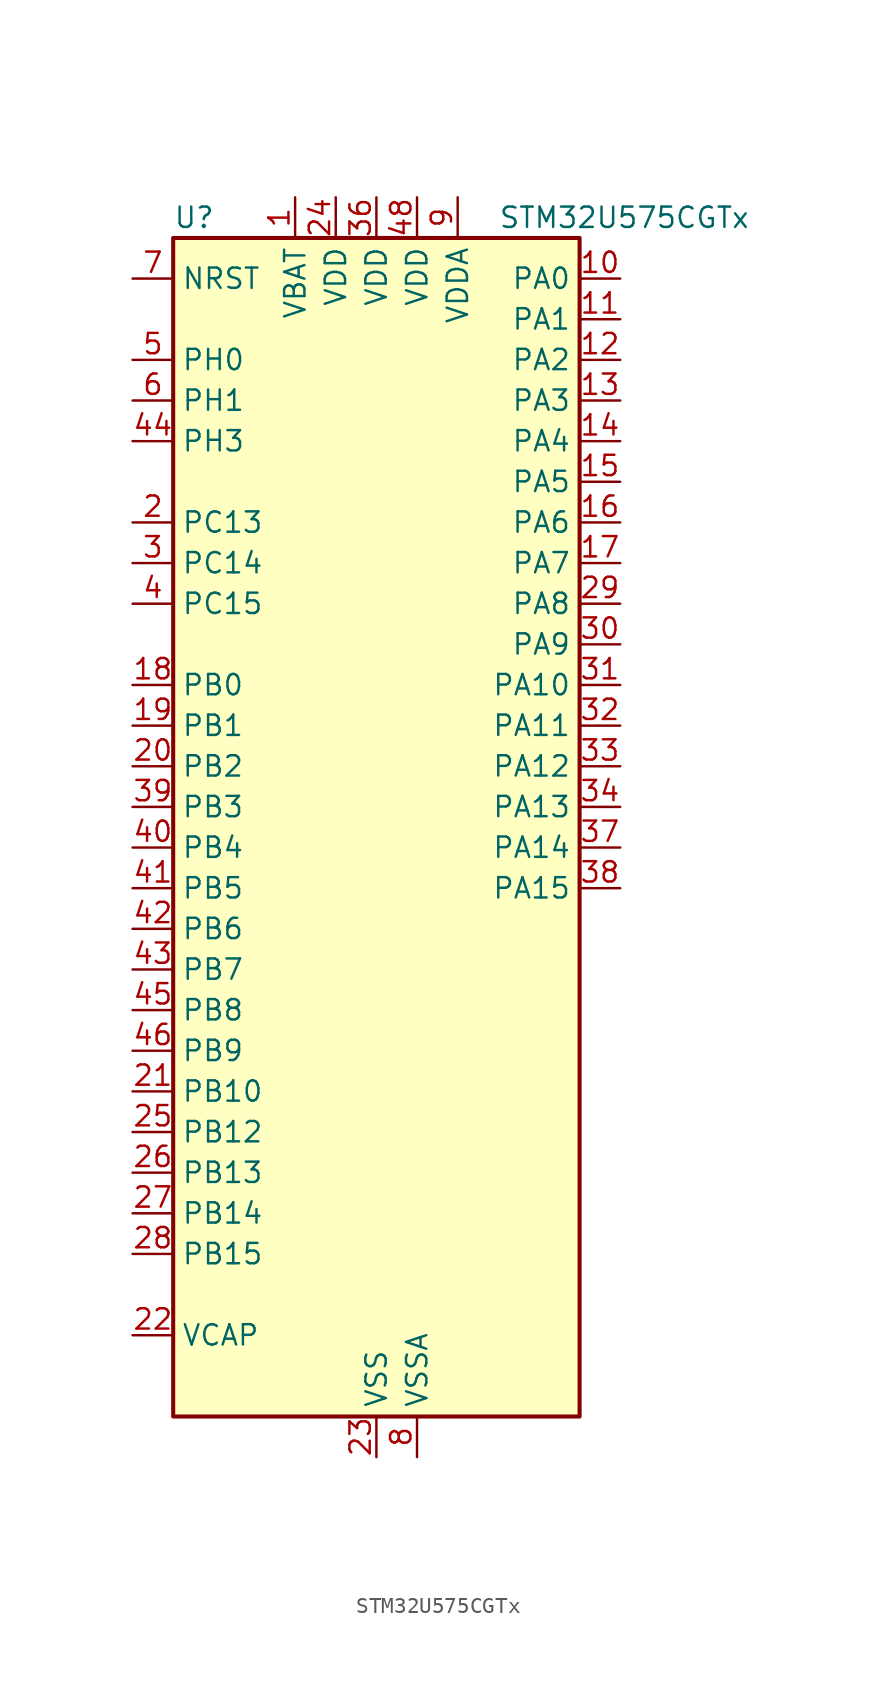
<source format=kicad_sym>
(kicad_symbol_lib
  (version 20211014)
  (generator kicad-library-utils)
  (symbol "STM32U575CGTx"
    (property "Reference" "U"
      (at -12.7 39.37 0)
      (effects (font (size 1.27 1.27)) (justify left)))
    (property "Value" "STM32U575CGTx"
      (at 7.62 39.37 0)
      (effects (font (size 1.27 1.27)) (justify left)))
    (property "ki_fp_filters" "LQFP*7x7mm*P0.5mm*"
      (at 0.0 0.0 0.0)
      (effects (font (size 1.27 1.27))))
    (symbol "STM32U575CGTx_0_1"
      (rectangle (start -12.7 -35.56) (end 12.7 38.1) (stroke (width 0.254)) (fill (type background))))
    (symbol "STM32U575CGTx_1_1"
      (pin input line (at -15.24 35.56 0) (length 2.54) (name "NRST" (effects (font (size 1.27 1.27)))) (number "7" (effects (font (size 1.27 1.27)))))
      (pin bidirectional line (at -15.24 30.48 0) (length 2.54) (name "PH0" (effects (font (size 1.27 1.27)))) (number "5" (effects (font (size 1.27 1.27)))) (alternate "RCC_OSC_IN" bidirectional line))
      (pin bidirectional line (at -15.24 27.94 0) (length 2.54) (name "PH1" (effects (font (size 1.27 1.27)))) (number "6" (effects (font (size 1.27 1.27)))) (alternate "RCC_OSC_OUT" bidirectional line))
      (pin bidirectional line (at -15.24 25.4 0) (length 2.54) (name "PH3" (effects (font (size 1.27 1.27)))) (number "44" (effects (font (size 1.27 1.27)))))
      (pin bidirectional line (at -15.24 20.32 0) (length 2.54) (name "PC13" (effects (font (size 1.27 1.27)))) (number "2" (effects (font (size 1.27 1.27)))) (alternate "PWR_WKUP2" bidirectional line) (alternate "RTC_OUT1" bidirectional line) (alternate "RTC_TS" bidirectional line) (alternate "TAMP_IN1" bidirectional line) (alternate "TAMP_OUT2" bidirectional line))
      (pin bidirectional line (at -15.24 17.78 0) (length 2.54) (name "PC14" (effects (font (size 1.27 1.27)))) (number "3" (effects (font (size 1.27 1.27)))) (alternate "RCC_OSC32_IN" bidirectional line))
      (pin bidirectional line (at -15.24 15.24 0) (length 2.54) (name "PC15" (effects (font (size 1.27 1.27)))) (number "4" (effects (font (size 1.27 1.27)))) (alternate "ADC1_EXTI15" bidirectional line) (alternate "ADC4_EXTI15" bidirectional line) (alternate "RCC_OSC32_OUT" bidirectional line))
      (pin bidirectional line (at -15.24 10.16 0) (length 2.54) (name "PB0" (effects (font (size 1.27 1.27)))) (number "18" (effects (font (size 1.27 1.27)))) (alternate "ADC1_IN15" bidirectional line) (alternate "ADC4_IN18" bidirectional line) (alternate "AUDIOCLK" bidirectional line) (alternate "COMP1_OUT" bidirectional line) (alternate "LPTIM3_CH1" bidirectional line) (alternate "OCTOSPIM_P1_IO1" bidirectional line) (alternate "OPAMP2_VOUT" bidirectional line) (alternate "SPI1_NSS" bidirectional line) (alternate "TIM1_CH2N" bidirectional line) (alternate "TIM3_CH3" bidirectional line) (alternate "TIM8_CH2N" bidirectional line) (alternate "USART3_CK" bidirectional line))
      (pin bidirectional line (at -15.24 7.62 0) (length 2.54) (name "PB1" (effects (font (size 1.27 1.27)))) (number "19" (effects (font (size 1.27 1.27)))) (alternate "ADC1_IN16" bidirectional line) (alternate "ADC4_IN19" bidirectional line) (alternate "COMP1_INM" bidirectional line) (alternate "LPTIM2_IN1" bidirectional line) (alternate "LPTIM3_CH2" bidirectional line) (alternate "LPUART1_DE" bidirectional line) (alternate "LPUART1_RTS" bidirectional line) (alternate "MDF1_SDI0" bidirectional line) (alternate "OCTOSPIM_P1_IO0" bidirectional line) (alternate "PWR_WKUP4" bidirectional line) (alternate "TIM1_CH3N" bidirectional line) (alternate "TIM3_CH4" bidirectional line) (alternate "TIM8_CH3N" bidirectional line) (alternate "USART3_DE" bidirectional line) (alternate "USART3_RTS" bidirectional line))
      (pin bidirectional line (at -15.24 5.08 0) (length 2.54) (name "PB2" (effects (font (size 1.27 1.27)))) (number "20" (effects (font (size 1.27 1.27)))) (alternate "ADC1_IN17" bidirectional line) (alternate "COMP1_INP" bidirectional line) (alternate "I2C3_SMBA" bidirectional line) (alternate "LPTIM1_CH1" bidirectional line) (alternate "MDF1_CKI0" bidirectional line) (alternate "OCTOSPIM_P1_DQS" bidirectional line) (alternate "PWR_WKUP1" bidirectional line) (alternate "RTC_OUT2" bidirectional line) (alternate "SPI1_RDY" bidirectional line) (alternate "TIM8_CH4N" bidirectional line) (alternate "UCPD1_FRSTX1" bidirectional line))
      (pin bidirectional line (at -15.24 2.54 0) (length 2.54) (name "PB3" (effects (font (size 1.27 1.27)))) (number "39" (effects (font (size 1.27 1.27)))) (alternate "ADF1_CCK0" bidirectional line) (alternate "COMP2_INM" bidirectional line) (alternate "CRS_SYNC" bidirectional line) (alternate "DEBUG_JTDO-SWO" bidirectional line) (alternate "I2C1_SDA" bidirectional line) (alternate "LPTIM1_CH1" bidirectional line) (alternate "SAI1_SCK_B" bidirectional line) (alternate "SPI1_SCK" bidirectional line) (alternate "SPI3_SCK" bidirectional line) (alternate "TIM2_CH2" bidirectional line) (alternate "USART1_DE" bidirectional line) (alternate "USART1_RTS" bidirectional line))
      (pin bidirectional line (at -15.24 0.0 0) (length 2.54) (name "PB4" (effects (font (size 1.27 1.27)))) (number "40" (effects (font (size 1.27 1.27)))) (alternate "ADF1_SDI0" bidirectional line) (alternate "COMP2_INP" bidirectional line) (alternate "DEBUG_JTRST" bidirectional line) (alternate "I2C3_SDA" bidirectional line) (alternate "LPTIM1_CH2" bidirectional line) (alternate "SAI1_MCLK_B" bidirectional line) (alternate "SPI1_MISO" bidirectional line) (alternate "SPI3_MISO" bidirectional line) (alternate "TIM17_BKIN" bidirectional line) (alternate "TIM3_CH1" bidirectional line) (alternate "TSC_G2_IO1" bidirectional line) (alternate "USART1_CTS" bidirectional line))
      (pin bidirectional line (at -15.24 -2.54 0) (length 2.54) (name "PB5" (effects (font (size 1.27 1.27)))) (number "41" (effects (font (size 1.27 1.27)))) (alternate "COMP2_OUT" bidirectional line) (alternate "I2C1_SMBA" bidirectional line) (alternate "LPTIM1_IN1" bidirectional line) (alternate "OCTOSPIM_P1_NCLK" bidirectional line) (alternate "PWR_WKUP6" bidirectional line) (alternate "SAI1_SD_B" bidirectional line) (alternate "SPI1_MOSI" bidirectional line) (alternate "SPI3_MOSI" bidirectional line) (alternate "TIM16_BKIN" bidirectional line) (alternate "TIM3_CH2" bidirectional line) (alternate "TSC_G2_IO2" bidirectional line) (alternate "UCPD1_DBCC1" bidirectional line) (alternate "USART1_CK" bidirectional line))
      (pin bidirectional line (at -15.24 -5.08 0) (length 2.54) (name "PB6" (effects (font (size 1.27 1.27)))) (number "42" (effects (font (size 1.27 1.27)))) (alternate "COMP2_INP" bidirectional line) (alternate "I2C1_SCL" bidirectional line) (alternate "I2C4_SCL" bidirectional line) (alternate "LPTIM1_ETR" bidirectional line) (alternate "MDF1_SDI5" bidirectional line) (alternate "PWR_WKUP3" bidirectional line) (alternate "SAI1_FS_B" bidirectional line) (alternate "TIM16_CH1N" bidirectional line) (alternate "TIM4_CH1" bidirectional line) (alternate "TIM8_BKIN2" bidirectional line) (alternate "TSC_G2_IO3" bidirectional line) (alternate "USART1_TX" bidirectional line))
      (pin bidirectional line (at -15.24 -7.62 0) (length 2.54) (name "PB7" (effects (font (size 1.27 1.27)))) (number "43" (effects (font (size 1.27 1.27)))) (alternate "COMP2_INM" bidirectional line) (alternate "I2C1_SDA" bidirectional line) (alternate "I2C4_SDA" bidirectional line) (alternate "LPTIM1_IN2" bidirectional line) (alternate "MDF1_CKI5" bidirectional line) (alternate "PWR_PVD_IN" bidirectional line) (alternate "PWR_WKUP4" bidirectional line) (alternate "TIM17_CH1N" bidirectional line) (alternate "TIM4_CH2" bidirectional line) (alternate "TIM8_BKIN" bidirectional line) (alternate "TSC_G2_IO4" bidirectional line) (alternate "UART4_CTS" bidirectional line) (alternate "USART1_RX" bidirectional line))
      (pin bidirectional line (at -15.24 -10.16 0) (length 2.54) (name "PB8" (effects (font (size 1.27 1.27)))) (number "45" (effects (font (size 1.27 1.27)))) (alternate "FDCAN1_RX" bidirectional line) (alternate "I2C1_SCL" bidirectional line) (alternate "MDF1_CCK0" bidirectional line) (alternate "PWR_WKUP5" bidirectional line) (alternate "SAI1_CK1" bidirectional line) (alternate "SAI1_MCLK_A" bidirectional line) (alternate "SPI3_RDY" bidirectional line) (alternate "TIM16_CH1" bidirectional line) (alternate "TIM4_CH3" bidirectional line))
      (pin bidirectional line (at -15.24 -12.7 0) (length 2.54) (name "PB9" (effects (font (size 1.27 1.27)))) (number "46" (effects (font (size 1.27 1.27)))) (alternate "DAC1_EXTI9" bidirectional line) (alternate "FDCAN1_TX" bidirectional line) (alternate "I2C1_SDA" bidirectional line) (alternate "IR_OUT" bidirectional line) (alternate "SAI1_D2" bidirectional line) (alternate "SAI1_FS_A" bidirectional line) (alternate "SPI2_NSS" bidirectional line) (alternate "TIM17_CH1" bidirectional line) (alternate "TIM4_CH4" bidirectional line))
      (pin bidirectional line (at -15.24 -15.24 0) (length 2.54) (name "PB10" (effects (font (size 1.27 1.27)))) (number "21" (effects (font (size 1.27 1.27)))) (alternate "COMP1_OUT" bidirectional line) (alternate "I2C2_SCL" bidirectional line) (alternate "I2C4_SCL" bidirectional line) (alternate "LPTIM3_CH1" bidirectional line) (alternate "LPUART1_RX" bidirectional line) (alternate "OCTOSPIM_P1_CLK" bidirectional line) (alternate "PWR_WKUP8" bidirectional line) (alternate "SAI1_SCK_A" bidirectional line) (alternate "SPI2_SCK" bidirectional line) (alternate "TIM2_CH3" bidirectional line) (alternate "TSC_SYNC" bidirectional line) (alternate "USART3_TX" bidirectional line))
      (pin bidirectional line (at -15.24 -17.78 0) (length 2.54) (name "PB12" (effects (font (size 1.27 1.27)))) (number "25" (effects (font (size 1.27 1.27)))) (alternate "I2C2_SMBA" bidirectional line) (alternate "LPUART1_DE" bidirectional line) (alternate "LPUART1_RTS" bidirectional line) (alternate "MDF1_SDI1" bidirectional line) (alternate "OCTOSPIM_P1_NCLK" bidirectional line) (alternate "SPI2_NSS" bidirectional line) (alternate "TIM15_BKIN" bidirectional line) (alternate "TIM1_BKIN" bidirectional line) (alternate "TSC_G1_IO1" bidirectional line) (alternate "USART3_CK" bidirectional line))
      (pin bidirectional line (at -15.24 -20.32 0) (length 2.54) (name "PB13" (effects (font (size 1.27 1.27)))) (number "26" (effects (font (size 1.27 1.27)))) (alternate "I2C2_SCL" bidirectional line) (alternate "LPTIM3_IN1" bidirectional line) (alternate "LPUART1_CTS" bidirectional line) (alternate "MDF1_CKI1" bidirectional line) (alternate "SPI2_SCK" bidirectional line) (alternate "TIM15_CH1N" bidirectional line) (alternate "TIM1_CH1N" bidirectional line) (alternate "TSC_G1_IO2" bidirectional line) (alternate "USART3_CTS" bidirectional line))
      (pin bidirectional line (at -15.24 -22.86 0) (length 2.54) (name "PB14" (effects (font (size 1.27 1.27)))) (number "27" (effects (font (size 1.27 1.27)))) (alternate "I2C2_SDA" bidirectional line) (alternate "LPTIM3_ETR" bidirectional line) (alternate "MDF1_SDI2" bidirectional line) (alternate "SPI2_MISO" bidirectional line) (alternate "TIM15_CH1" bidirectional line) (alternate "TIM1_CH2N" bidirectional line) (alternate "TIM8_CH2N" bidirectional line) (alternate "TSC_G1_IO3" bidirectional line) (alternate "UCPD1_DBCC2" bidirectional line) (alternate "USART3_DE" bidirectional line) (alternate "USART3_RTS" bidirectional line))
      (pin bidirectional line (at -15.24 -25.4 0) (length 2.54) (name "PB15" (effects (font (size 1.27 1.27)))) (number "28" (effects (font (size 1.27 1.27)))) (alternate "ADC1_EXTI15" bidirectional line) (alternate "ADC4_EXTI15" bidirectional line) (alternate "LPTIM2_IN2" bidirectional line) (alternate "MDF1_CKI2" bidirectional line) (alternate "PWR_WKUP7" bidirectional line) (alternate "RTC_REFIN" bidirectional line) (alternate "SPI2_MOSI" bidirectional line) (alternate "TIM15_CH2" bidirectional line) (alternate "TIM1_CH3N" bidirectional line) (alternate "TIM8_CH3N" bidirectional line) (alternate "UCPD1_CC2" bidirectional line))
      (pin power_out line (at -15.24 -30.48 0) (length 2.54) (name "VCAP" (effects (font (size 1.27 1.27)))) (number "22" (effects (font (size 1.27 1.27)))))
      (pin bidirectional line (at 15.24 35.56 180) (length 2.54) (name "PA0" (effects (font (size 1.27 1.27)))) (number "10" (effects (font (size 1.27 1.27)))) (alternate "ADC1_IN5" bidirectional line) (alternate "AUDIOCLK" bidirectional line) (alternate "OCTOSPIM_P2_NCS" bidirectional line) (alternate "OPAMP1_VINP" bidirectional line) (alternate "PWR_WKUP1" bidirectional line) (alternate "SPI3_RDY" bidirectional line) (alternate "TAMP_IN2" bidirectional line) (alternate "TAMP_OUT1" bidirectional line) (alternate "TIM2_CH1" bidirectional line) (alternate "TIM2_ETR" bidirectional line) (alternate "TIM5_CH1" bidirectional line) (alternate "TIM8_ETR" bidirectional line) (alternate "UART4_TX" bidirectional line) (alternate "USART2_CTS" bidirectional line))
      (pin bidirectional line (at 15.24 33.02 180) (length 2.54) (name "PA1" (effects (font (size 1.27 1.27)))) (number "11" (effects (font (size 1.27 1.27)))) (alternate "ADC1_IN6" bidirectional line) (alternate "I2C1_SMBA" bidirectional line) (alternate "LPTIM1_CH2" bidirectional line) (alternate "OCTOSPIM_P1_DQS" bidirectional line) (alternate "OPAMP1_VINM" bidirectional line) (alternate "PWR_WKUP3" bidirectional line) (alternate "SPI1_SCK" bidirectional line) (alternate "TAMP_IN5" bidirectional line) (alternate "TAMP_OUT4" bidirectional line) (alternate "TIM15_CH1N" bidirectional line) (alternate "TIM2_CH2" bidirectional line) (alternate "TIM5_CH2" bidirectional line) (alternate "UART4_RX" bidirectional line) (alternate "USART2_DE" bidirectional line) (alternate "USART2_RTS" bidirectional line))
      (pin bidirectional line (at 15.24 30.48 180) (length 2.54) (name "PA2" (effects (font (size 1.27 1.27)))) (number "12" (effects (font (size 1.27 1.27)))) (alternate "ADC1_IN7" bidirectional line) (alternate "COMP1_INP" bidirectional line) (alternate "LPUART1_TX" bidirectional line) (alternate "OCTOSPIM_P1_NCS" bidirectional line) (alternate "PWR_WKUP4" bidirectional line) (alternate "RCC_LSCO" bidirectional line) (alternate "SPI1_RDY" bidirectional line) (alternate "TIM15_CH1" bidirectional line) (alternate "TIM2_CH3" bidirectional line) (alternate "TIM5_CH3" bidirectional line) (alternate "UCPD1_FRSTX1" bidirectional line) (alternate "USART2_TX" bidirectional line))
      (pin bidirectional line (at 15.24 27.94 180) (length 2.54) (name "PA3" (effects (font (size 1.27 1.27)))) (number "13" (effects (font (size 1.27 1.27)))) (alternate "ADC1_IN8" bidirectional line) (alternate "LPUART1_RX" bidirectional line) (alternate "OCTOSPIM_P1_CLK" bidirectional line) (alternate "OPAMP1_VOUT" bidirectional line) (alternate "PWR_WKUP5" bidirectional line) (alternate "SAI1_CK1" bidirectional line) (alternate "SAI1_MCLK_A" bidirectional line) (alternate "TIM15_CH2" bidirectional line) (alternate "TIM2_CH4" bidirectional line) (alternate "TIM5_CH4" bidirectional line) (alternate "USART2_RX" bidirectional line))
      (pin bidirectional line (at 15.24 25.4 180) (length 2.54) (name "PA4" (effects (font (size 1.27 1.27)))) (number "14" (effects (font (size 1.27 1.27)))) (alternate "ADC1_IN9" bidirectional line) (alternate "ADC4_IN9" bidirectional line) (alternate "DAC1_OUT1" bidirectional line) (alternate "LPTIM2_CH1" bidirectional line) (alternate "OCTOSPIM_P1_NCS" bidirectional line) (alternate "PWR_WKUP2" bidirectional line) (alternate "SAI1_FS_B" bidirectional line) (alternate "SPI1_NSS" bidirectional line) (alternate "SPI3_NSS" bidirectional line) (alternate "USART2_CK" bidirectional line))
      (pin bidirectional line (at 15.24 22.86 180) (length 2.54) (name "PA5" (effects (font (size 1.27 1.27)))) (number "15" (effects (font (size 1.27 1.27)))) (alternate "ADC1_IN10" bidirectional line) (alternate "ADC4_IN10" bidirectional line) (alternate "DAC1_OUT2" bidirectional line) (alternate "LPTIM2_ETR" bidirectional line) (alternate "PWR_CSLEEP" bidirectional line) (alternate "PWR_WKUP6" bidirectional line) (alternate "SPI1_SCK" bidirectional line) (alternate "TIM2_CH1" bidirectional line) (alternate "TIM2_ETR" bidirectional line) (alternate "TIM8_CH1N" bidirectional line) (alternate "USART3_RX" bidirectional line))
      (pin bidirectional line (at 15.24 20.32 180) (length 2.54) (name "PA6" (effects (font (size 1.27 1.27)))) (number "16" (effects (font (size 1.27 1.27)))) (alternate "ADC1_IN11" bidirectional line) (alternate "ADC4_IN11" bidirectional line) (alternate "LPUART1_CTS" bidirectional line) (alternate "OCTOSPIM_P1_IO3" bidirectional line) (alternate "OPAMP2_VINP" bidirectional line) (alternate "PWR_CDSTOP" bidirectional line) (alternate "PWR_WKUP7" bidirectional line) (alternate "SPI1_MISO" bidirectional line) (alternate "TIM16_CH1" bidirectional line) (alternate "TIM1_BKIN" bidirectional line) (alternate "TIM3_CH1" bidirectional line) (alternate "TIM8_BKIN" bidirectional line) (alternate "USART3_CTS" bidirectional line))
      (pin bidirectional line (at 15.24 17.78 180) (length 2.54) (name "PA7" (effects (font (size 1.27 1.27)))) (number "17" (effects (font (size 1.27 1.27)))) (alternate "ADC1_IN12" bidirectional line) (alternate "ADC4_IN20" bidirectional line) (alternate "I2C3_SCL" bidirectional line) (alternate "LPTIM2_CH2" bidirectional line) (alternate "OCTOSPIM_P1_IO2" bidirectional line) (alternate "OPAMP2_VINM" bidirectional line) (alternate "PWR_SRDSTOP" bidirectional line) (alternate "PWR_WKUP8" bidirectional line) (alternate "SPI1_MOSI" bidirectional line) (alternate "TIM17_CH1" bidirectional line) (alternate "TIM1_CH1N" bidirectional line) (alternate "TIM3_CH2" bidirectional line) (alternate "TIM8_CH1N" bidirectional line) (alternate "USART3_TX" bidirectional line))
      (pin bidirectional line (at 15.24 15.24 180) (length 2.54) (name "PA8" (effects (font (size 1.27 1.27)))) (number "29" (effects (font (size 1.27 1.27)))) (alternate "DEBUG_TRACECLK" bidirectional line) (alternate "LPTIM2_CH1" bidirectional line) (alternate "RCC_MCO" bidirectional line) (alternate "SAI1_CK2" bidirectional line) (alternate "SAI1_SCK_A" bidirectional line) (alternate "SPI1_RDY" bidirectional line) (alternate "TIM1_CH1" bidirectional line) (alternate "USART1_CK" bidirectional line) (alternate "USB_OTG_FS_SOF" bidirectional line))
      (pin bidirectional line (at 15.24 12.7 180) (length 2.54) (name "PA9" (effects (font (size 1.27 1.27)))) (number "30" (effects (font (size 1.27 1.27)))) (alternate "DAC1_EXTI9" bidirectional line) (alternate "SAI1_FS_A" bidirectional line) (alternate "SPI2_SCK" bidirectional line) (alternate "TIM15_BKIN" bidirectional line) (alternate "TIM1_CH2" bidirectional line) (alternate "USART1_TX" bidirectional line) (alternate "USB_OTG_FS_VBUS" bidirectional line))
      (pin bidirectional line (at 15.24 10.16 180) (length 2.54) (name "PA10" (effects (font (size 1.27 1.27)))) (number "31" (effects (font (size 1.27 1.27)))) (alternate "CRS_SYNC" bidirectional line) (alternate "LPTIM2_IN2" bidirectional line) (alternate "SAI1_D1" bidirectional line) (alternate "SAI1_SD_A" bidirectional line) (alternate "TIM17_BKIN" bidirectional line) (alternate "TIM1_CH3" bidirectional line) (alternate "USART1_RX" bidirectional line) (alternate "USB_OTG_FS_ID" bidirectional line))
      (pin bidirectional line (at 15.24 7.62 180) (length 2.54) (name "PA11" (effects (font (size 1.27 1.27)))) (number "32" (effects (font (size 1.27 1.27)))) (alternate "ADC1_EXTI11" bidirectional line) (alternate "FDCAN1_RX" bidirectional line) (alternate "SPI1_MISO" bidirectional line) (alternate "TIM1_BKIN2" bidirectional line) (alternate "TIM1_CH4" bidirectional line) (alternate "USART1_CTS" bidirectional line) (alternate "USB_OTG_FS_DM" bidirectional line))
      (pin bidirectional line (at 15.24 5.08 180) (length 2.54) (name "PA12" (effects (font (size 1.27 1.27)))) (number "33" (effects (font (size 1.27 1.27)))) (alternate "FDCAN1_TX" bidirectional line) (alternate "OCTOSPIM_P2_NCS" bidirectional line) (alternate "SPI1_MOSI" bidirectional line) (alternate "TIM1_ETR" bidirectional line) (alternate "USART1_DE" bidirectional line) (alternate "USART1_RTS" bidirectional line) (alternate "USB_OTG_FS_DP" bidirectional line))
      (pin bidirectional line (at 15.24 2.54 180) (length 2.54) (name "PA13" (effects (font (size 1.27 1.27)))) (number "34" (effects (font (size 1.27 1.27)))) (alternate "DEBUG_JTMS-SWDIO" bidirectional line) (alternate "IR_OUT" bidirectional line) (alternate "SAI1_SD_B" bidirectional line) (alternate "USB_OTG_FS_NOE" bidirectional line))
      (pin bidirectional line (at 15.24 0.0 180) (length 2.54) (name "PA14" (effects (font (size 1.27 1.27)))) (number "37" (effects (font (size 1.27 1.27)))) (alternate "DEBUG_JTCK-SWCLK" bidirectional line) (alternate "I2C1_SMBA" bidirectional line) (alternate "I2C4_SMBA" bidirectional line) (alternate "LPTIM1_CH1" bidirectional line) (alternate "SAI1_FS_B" bidirectional line) (alternate "USB_OTG_FS_SOF" bidirectional line))
      (pin bidirectional line (at 15.24 -2.54 180) (length 2.54) (name "PA15" (effects (font (size 1.27 1.27)))) (number "38" (effects (font (size 1.27 1.27)))) (alternate "ADC1_EXTI15" bidirectional line) (alternate "ADC4_EXTI15" bidirectional line) (alternate "DEBUG_JTDI" bidirectional line) (alternate "SPI1_NSS" bidirectional line) (alternate "SPI3_NSS" bidirectional line) (alternate "TIM2_CH1" bidirectional line) (alternate "TIM2_ETR" bidirectional line) (alternate "UART4_DE" bidirectional line) (alternate "UART4_RTS" bidirectional line) (alternate "UCPD1_CC1" bidirectional line) (alternate "USART2_RX" bidirectional line) (alternate "USART3_DE" bidirectional line) (alternate "USART3_RTS" bidirectional line))
      (pin power_in line (at -5.08 40.64 270) (length 2.54) (name "VBAT" (effects (font (size 1.27 1.27)))) (number "1" (effects (font (size 1.27 1.27)))))
      (pin power_in line (at -2.54 40.64 270) (length 2.54) (name "VDD" (effects (font (size 1.27 1.27)))) (number "24" (effects (font (size 1.27 1.27)))))
      (pin power_in line (at 0.0 40.64 270) (length 2.54) (name "VDD" (effects (font (size 1.27 1.27)))) (number "36" (effects (font (size 1.27 1.27)))))
      (pin power_in line (at 2.54 40.64 270) (length 2.54) (name "VDD" (effects (font (size 1.27 1.27)))) (number "48" (effects (font (size 1.27 1.27)))))
      (pin power_in line (at 5.08 40.64 270) (length 2.54) (name "VDDA" (effects (font (size 1.27 1.27)))) (number "9" (effects (font (size 1.27 1.27)))))
      (pin power_in line (at 0.0 -38.1 90) (length 2.54) (name "VSS" (effects (font (size 1.27 1.27)))) (number "23" (effects (font (size 1.27 1.27)))))
      (pin passive line (at 0.0 -38.1 90) (length 2.54) hide (name "VSS" (effects (font (size 1.27 1.27)))) (number "35" (effects (font (size 1.27 1.27)))))
      (pin passive line (at 0.0 -38.1 90) (length 2.54) hide (name "VSS" (effects (font (size 1.27 1.27)))) (number "47" (effects (font (size 1.27 1.27)))))
      (pin power_in line (at 2.54 -38.1 90) (length 2.54) (name "VSSA" (effects (font (size 1.27 1.27)))) (number "8" (effects (font (size 1.27 1.27))))))))
</source>
